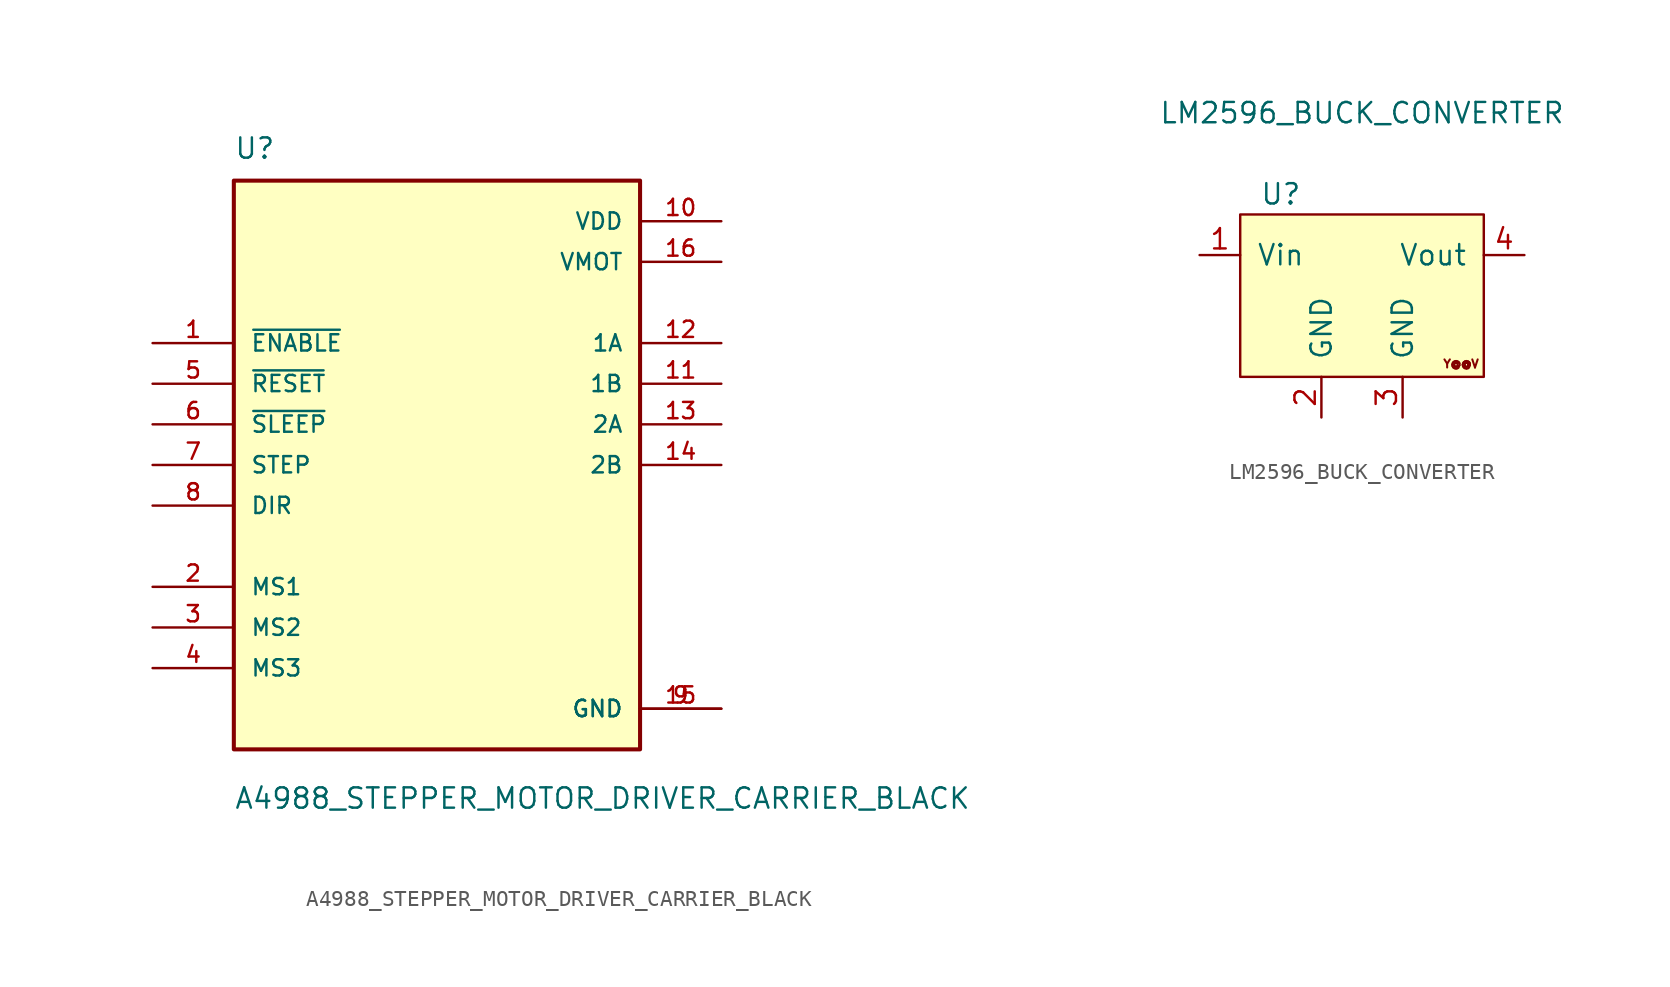
<source format=kicad_sym>
(kicad_symbol_lib
  (version 20231120)
  (generator "kicad_symbol_editor")
  (generator_version "8.0")
  (symbol "A4988_STEPPER_MOTOR_DRIVER_CARRIER_BLACK"
    (pin_names
      (offset 1.016))
    (property "Reference" "U"
      (at -12.7 19.05 0)
      (effects (font (size 1.27 1.27)) (justify left bottom)))
    (property "Value" "A4988_STEPPER_MOTOR_DRIVER_CARRIER_BLACK"
      (at -12.7 -21.59 0)
      (effects (font (size 1.27 1.27)) (justify left bottom)))
    (symbol "A4988_STEPPER_MOTOR_DRIVER_CARRIER_BLACK_0_0"
      (rectangle (start -12.7 17.78) (end 12.7 -17.78) (stroke (width 0.254) (type default)) (fill (type background)))
      (pin input line (at -17.78 7.62 0) (length 5.08) (name "~{ENABLE}" (effects (font (size 1.016 1.016)))) (number "1" (effects (font (size 1.016 1.016)))))
      (pin power_in line (at 17.78 15.24 180) (length 5.08) (name "VDD" (effects (font (size 1.016 1.016)))) (number "10" (effects (font (size 1.016 1.016)))))
      (pin output line (at 17.78 5.08 180) (length 5.08) (name "1B" (effects (font (size 1.016 1.016)))) (number "11" (effects (font (size 1.016 1.016)))))
      (pin output line (at 17.78 7.62 180) (length 5.08) (name "1A" (effects (font (size 1.016 1.016)))) (number "12" (effects (font (size 1.016 1.016)))))
      (pin output line (at 17.78 2.54 180) (length 5.08) (name "2A" (effects (font (size 1.016 1.016)))) (number "13" (effects (font (size 1.016 1.016)))))
      (pin output line (at 17.78 0 180) (length 5.08) (name "2B" (effects (font (size 1.016 1.016)))) (number "14" (effects (font (size 1.016 1.016)))))
      (pin power_in line (at 17.78 -15.24 180) (length 5.08) (name "GND" (effects (font (size 1.016 1.016)))) (number "15" (effects (font (size 1.016 1.016)))))
      (pin power_in line (at 17.78 12.7 180) (length 5.08) (name "VMOT" (effects (font (size 1.016 1.016)))) (number "16" (effects (font (size 1.016 1.016)))))
      (pin input line (at -17.78 -7.62 0) (length 5.08) (name "MS1" (effects (font (size 1.016 1.016)))) (number "2" (effects (font (size 1.016 1.016)))))
      (pin input line (at -17.78 -10.16 0) (length 5.08) (name "MS2" (effects (font (size 1.016 1.016)))) (number "3" (effects (font (size 1.016 1.016)))))
      (pin input line (at -17.78 -12.7 0) (length 5.08) (name "MS3" (effects (font (size 1.016 1.016)))) (number "4" (effects (font (size 1.016 1.016)))))
      (pin input line (at -17.78 5.08 0) (length 5.08) (name "~{RESET}" (effects (font (size 1.016 1.016)))) (number "5" (effects (font (size 1.016 1.016)))))
      (pin input line (at -17.78 2.54 0) (length 5.08) (name "~{SLEEP}" (effects (font (size 1.016 1.016)))) (number "6" (effects (font (size 1.016 1.016)))))
      (pin input line (at -17.78 0 0) (length 5.08) (name "STEP" (effects (font (size 1.016 1.016)))) (number "7" (effects (font (size 1.016 1.016)))))
      (pin input line (at -17.78 -2.54 0) (length 5.08) (name "DIR" (effects (font (size 1.016 1.016)))) (number "8" (effects (font (size 1.016 1.016)))))
      (pin power_in line (at 17.78 -15.24 180) (length 5.08) (name "GND" (effects (font (size 1.016 1.016)))) (number "9" (effects (font (size 1.016 1.016)))))))
  (symbol "LM2596_BUCK_CONVERTER"
    (pin_names
      (offset 1.016))
    (property "Reference" "U"
      (at -5.08 6.35 0)
      (effects (font (size 1.27 1.27))))
    (property "Value" "LM2596_BUCK_CONVERTER"
      (at 0 11.43 0)
      (effects (font (size 1.27 1.27))))
    (symbol "LM2596_BUCK_CONVERTER_0_1"
      (rectangle (start -7.62 5.08) (end 7.62 -5.08) (stroke (width 0) (type solid)) (fill (type background))))
    (symbol "LM2596_BUCK_CONVERTER_1_1"
      (text "Y@@V" (at 6.198 -4.267 0) (effects (font (size 0.508 0.508))))
      (pin power_in line (at -10.16 2.54 0) (length 2.54) (name "Vin" (effects (font (size 1.27 1.27)))) (number "1" (effects (font (size 1.27 1.27)))))
      (pin power_in line (at -2.54 -7.62 90) (length 2.54) (name "GND" (effects (font (size 1.27 1.27)))) (number "2" (effects (font (size 1.27 1.27)))))
      (pin power_in line (at 2.54 -7.62 90) (length 2.54) (name "GND" (effects (font (size 1.27 1.27)))) (number "3" (effects (font (size 1.27 1.27)))))
      (pin power_out line (at 10.16 2.54 180) (length 2.54) (name "Vout" (effects (font (size 1.27 1.27)))) (number "4" (effects (font (size 1.27 1.27))))))))
</source>
